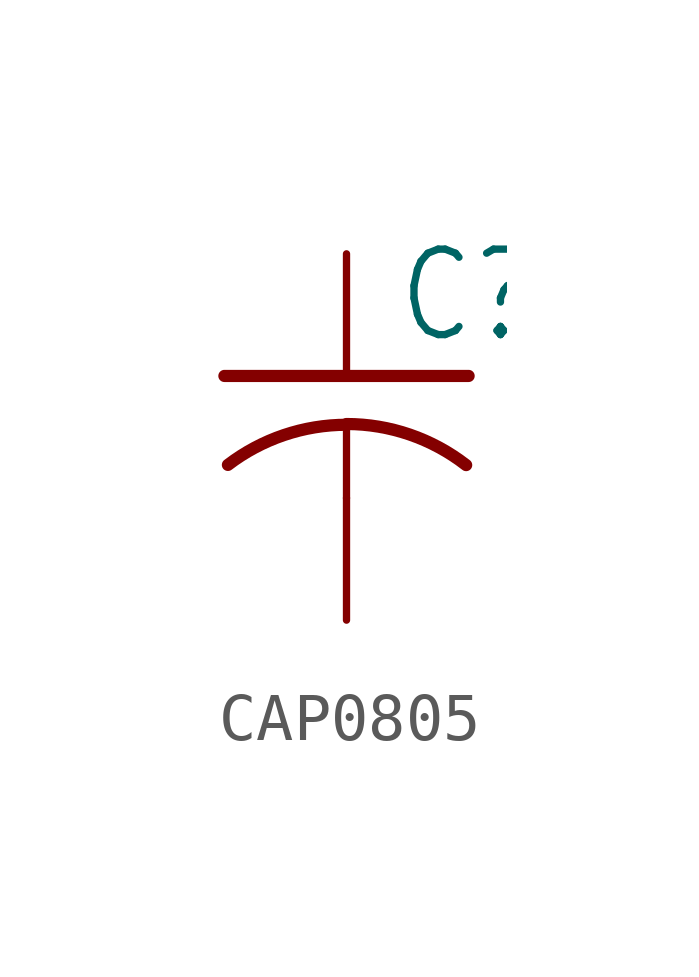
<source format=kicad_sym>
(kicad_symbol_lib
  (version 20241209)
  (generator "kicad_symbol_editor")
  (generator_version "9.0")
  (symbol "CAP0805"
    (property "Reference" "C"
      (at 1.016 0.635 0)
      (effects (font (size 1.778 1.511)) (justify left bottom)))
    (property "Value" ""
      (at 1.016 -4.191 0)
      (effects (font (size 1.778 1.511)) (justify left bottom)))
    (property "ki_locked" ""
      (at 0 0 0)
      (effects (font (size 1.27 1.27))))
    (symbol "CAP0805_1_0"
      (polyline (pts (xy -2.54 0) (xy 2.54 0)) (stroke (width 0.254) (type solid)) (fill (type none)))
      (polyline (pts (xy 0 -1.016) (xy 0 -2.54)) (stroke (width 0.152) (type solid)) (fill (type none)))
      (arc (start 0 -1) (mid 1.3158 -1.2195) (end 2.4892 -1.8541) (stroke (width 0.254) (type solid)) (fill (type none)))
      (arc (start -2.4668 -1.8504) (mid -1.302 -1.2303) (end 0 -1.0161) (stroke (width 0.254) (type solid)) (fill (type none)))
      (pin passive line (at 0 2.54 270) (length 2.54) (name "1" (effects (font (size 0 0)))) (number "1" (effects (font (size 0 0)))))
      (pin passive line (at 0 -5.08 90) (length 2.54) (name "2" (effects (font (size 0 0)))) (number "2" (effects (font (size 0 0))))))))
</source>
